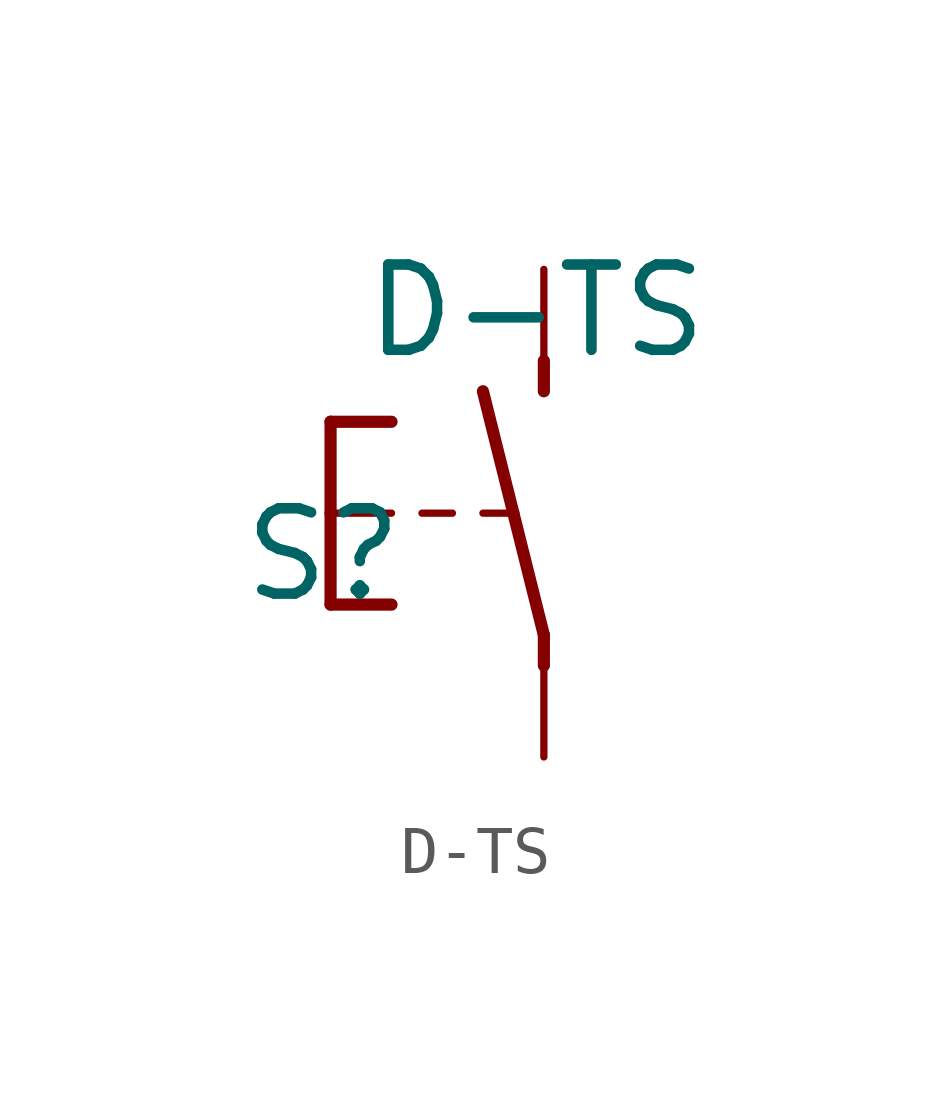
<source format=kicad_sym>
(kicad_symbol_lib
  (version 20220914)
  (generator Eagle2Kicad)
  (symbol "D-TS"
    (property "Reference" "S"
      (at -6.35 -1.905 0)
      (effects (font (size 1.778 1.778) (thickness 0.22)) (justify left bottom)))
    (property "Value" "D-TS"
      (at -3.81 3.175 0)
      (effects (font (size 1.778 1.778) (thickness 0.22)) (justify left bottom)))
    (polyline
      (pts (xy 0 -3.175) (xy 0 -2.54))
      (stroke (width 0.254) (type default))
      (fill (type none)))
    (polyline
      (pts (xy 0 2.54) (xy 0 3.175))
      (stroke (width 0.254) (type default))
      (fill (type none)))
    (polyline
      (pts (xy 0 -2.54) (xy -0.635 0))
      (stroke (width 0.254) (type default))
      (fill (type none)))
    (polyline
      (pts (xy -4.445 1.905) (xy -3.175 1.905))
      (stroke (width 0.254) (type default))
      (fill (type none)))
    (polyline
      (pts (xy -4.445 1.905) (xy -4.445 0))
      (stroke (width 0.254) (type default))
      (fill (type none)))
    (polyline
      (pts (xy -4.445 -1.905) (xy -3.175 -1.905))
      (stroke (width 0.254) (type default))
      (fill (type none)))
    (polyline
      (pts (xy -4.445 0) (xy -3.175 0))
      (stroke (width 0.152) (type default))
      (fill (type none)))
    (polyline
      (pts (xy -4.445 0) (xy -4.445 -1.905))
      (stroke (width 0.254) (type default))
      (fill (type none)))
    (polyline
      (pts (xy -2.54 0) (xy -1.905 0))
      (stroke (width 0.152) (type default))
      (fill (type none)))
    (polyline
      (pts (xy -1.27 0) (xy -0.635 0))
      (stroke (width 0.152) (type default))
      (fill (type none)))
    (polyline
      (pts (xy -0.635 0) (xy -1.27 2.54))
      (stroke (width 0.254) (type default))
      (fill (type none)))
    (polyline
      (pts (xy 0 -3.175) (xy 0 -5.08))
      (stroke (width 0.152) (type default))
      (fill (type none)))
    (polyline
      (pts (xy 0 3.175) (xy 0 5.08))
      (stroke (width 0.152) (type default))
      (fill (type none)))))
</source>
